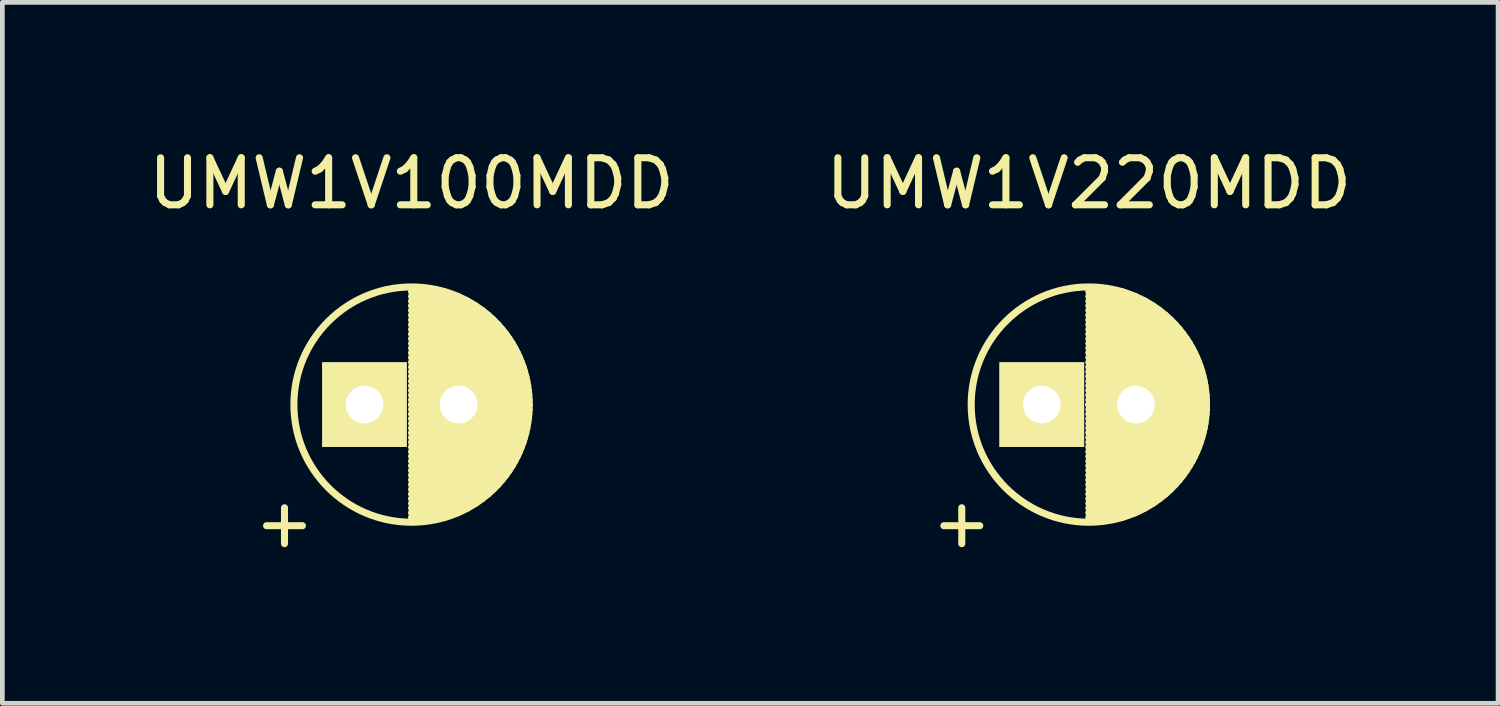
<source format=kicad_pcb>
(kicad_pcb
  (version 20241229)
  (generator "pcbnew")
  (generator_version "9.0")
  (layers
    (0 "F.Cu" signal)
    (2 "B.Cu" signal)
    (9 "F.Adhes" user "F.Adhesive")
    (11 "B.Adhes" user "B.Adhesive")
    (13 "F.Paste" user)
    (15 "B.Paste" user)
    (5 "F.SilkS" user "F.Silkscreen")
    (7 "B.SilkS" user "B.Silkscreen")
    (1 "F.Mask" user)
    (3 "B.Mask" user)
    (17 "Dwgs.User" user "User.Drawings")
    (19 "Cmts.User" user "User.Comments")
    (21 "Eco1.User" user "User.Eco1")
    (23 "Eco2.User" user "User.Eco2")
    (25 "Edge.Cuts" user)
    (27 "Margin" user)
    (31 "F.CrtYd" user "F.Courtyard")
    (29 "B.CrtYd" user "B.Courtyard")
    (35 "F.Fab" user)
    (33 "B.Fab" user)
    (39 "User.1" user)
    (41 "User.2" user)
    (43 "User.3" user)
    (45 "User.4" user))
  (footprint "UMW1V220MDD"
    (layer "F.Cu")
    (at 19.089 5.548)
    (property "Reference" "UMW1V220MDD" (at 1 -4.7 0) (layer "F.SilkS") (effects (font (size 1 1) (thickness 0.15))))
    (attr through_hole)
    (fp_line (start 1 -2.4) (end 1.7 -2.4) (stroke (width 0.15) (type solid)) (layer "F.SilkS"))
    (fp_line (start 1 -2.3) (end 1.98 -2.3) (stroke (width 0.15) (type solid)) (layer "F.SilkS"))
    (fp_line (start 1 -2.2) (end 2.187 -2.2) (stroke (width 0.15) (type solid)) (layer "F.SilkS"))
    (fp_line (start 1 -2.1) (end 2.356 -2.1) (stroke (width 0.15) (type solid)) (layer "F.SilkS"))
    (fp_line (start 1 -2) (end 2.5 -2) (stroke (width 0.15) (type solid)) (layer "F.SilkS"))
    (fp_line (start 1 -1.9) (end 2.625 -1.9) (stroke (width 0.15) (type solid)) (layer "F.SilkS"))
    (fp_line (start 1 -1.8) (end 2.735 -1.8) (stroke (width 0.15) (type solid)) (layer "F.SilkS"))
    (fp_line (start 1 -1.7) (end 2.833 -1.7) (stroke (width 0.15) (type solid)) (layer "F.SilkS"))
    (fp_line (start 1 -1.6) (end 2.921 -1.6) (stroke (width 0.15) (type solid)) (layer "F.SilkS"))
    (fp_line (start 1 -1.5) (end 3 -1.5) (stroke (width 0.15) (type solid)) (layer "F.SilkS"))
    (fp_line (start 1 -1.4) (end 3.071 -1.4) (stroke (width 0.15) (type solid)) (layer "F.SilkS"))
    (fp_line (start 1 -1.3) (end 3.135 -1.3) (stroke (width 0.15) (type solid)) (layer "F.SilkS"))
    (fp_line (start 1 -1.2) (end 3.193 -1.2) (stroke (width 0.15) (type solid)) (layer "F.SilkS"))
    (fp_line (start 1 -1.1) (end 3.245 -1.1) (stroke (width 0.15) (type solid)) (layer "F.SilkS"))
    (fp_line (start 1 -1) (end 3.291 -1) (stroke (width 0.15) (type solid)) (layer "F.SilkS"))
    (fp_line (start 1 -0.9) (end 3.332 -0.9) (stroke (width 0.15) (type solid)) (layer "F.SilkS"))
    (fp_line (start 1 -0.8) (end 3.369 -0.8) (stroke (width 0.15) (type solid)) (layer "F.SilkS"))
    (fp_line (start 1 -0.7) (end 3.4 -0.7) (stroke (width 0.15) (type solid)) (layer "F.SilkS"))
    (fp_line (start 1 -0.6) (end 3.427 -0.6) (stroke (width 0.15) (type solid)) (layer "F.SilkS"))
    (fp_line (start 1 -0.5) (end 3.449 -0.5) (stroke (width 0.15) (type solid)) (layer "F.SilkS"))
    (fp_line (start 1 -0.4) (end 3.468 -0.4) (stroke (width 0.15) (type solid)) (layer "F.SilkS"))
    (fp_line (start 1 -0.3) (end 3.482 -0.3) (stroke (width 0.15) (type solid)) (layer "F.SilkS"))
    (fp_line (start 1 -0.2) (end 3.492 -0.2) (stroke (width 0.15) (type solid)) (layer "F.SilkS"))
    (fp_line (start 1 -0.1) (end 3.498 -0.1) (stroke (width 0.15) (type solid)) (layer "F.SilkS"))
    (fp_line (start 1 0) (end 3.5 0) (stroke (width 0.15) (type solid)) (layer "F.SilkS"))
    (fp_line (start 1 0) (end 3.5 0) (stroke (width 0.15) (type solid)) (layer "F.SilkS"))
    (fp_line (start 1 0.1) (end 3.498 0.1) (stroke (width 0.15) (type solid)) (layer "F.SilkS"))
    (fp_line (start 1 0.2) (end 3.492 0.2) (stroke (width 0.15) (type solid)) (layer "F.SilkS"))
    (fp_line (start 1 0.3) (end 3.482 0.3) (stroke (width 0.15) (type solid)) (layer "F.SilkS"))
    (fp_line (start 1 0.4) (end 3.468 0.4) (stroke (width 0.15) (type solid)) (layer "F.SilkS"))
    (fp_line (start 1 0.5) (end 3.449 0.5) (stroke (width 0.15) (type solid)) (layer "F.SilkS"))
    (fp_line (start 1 0.6) (end 3.427 0.6) (stroke (width 0.15) (type solid)) (layer "F.SilkS"))
    (fp_line (start 1 0.7) (end 3.4 0.7) (stroke (width 0.15) (type solid)) (layer "F.SilkS"))
    (fp_line (start 1 0.8) (end 3.369 0.8) (stroke (width 0.15) (type solid)) (layer "F.SilkS"))
    (fp_line (start 1 0.9) (end 3.332 0.9) (stroke (width 0.15) (type solid)) (layer "F.SilkS"))
    (fp_line (start 1 1) (end 3.291 1) (stroke (width 0.15) (type solid)) (layer "F.SilkS"))
    (fp_line (start 1 1.1) (end 3.245 1.1) (stroke (width 0.15) (type solid)) (layer "F.SilkS"))
    (fp_line (start 1 1.2) (end 3.193 1.2) (stroke (width 0.15) (type solid)) (layer "F.SilkS"))
    (fp_line (start 1 1.3) (end 3.135 1.3) (stroke (width 0.15) (type solid)) (layer "F.SilkS"))
    (fp_line (start 1 1.4) (end 3.071 1.4) (stroke (width 0.15) (type solid)) (layer "F.SilkS"))
    (fp_line (start 1 1.5) (end 3 1.5) (stroke (width 0.15) (type solid)) (layer "F.SilkS"))
    (fp_line (start 1 1.6) (end 2.921 1.6) (stroke (width 0.15) (type solid)) (layer "F.SilkS"))
    (fp_line (start 1 1.7) (end 2.833 1.7) (stroke (width 0.15) (type solid)) (layer "F.SilkS"))
    (fp_line (start 1 1.8) (end 2.735 1.8) (stroke (width 0.15) (type solid)) (layer "F.SilkS"))
    (fp_line (start 1 1.9) (end 2.625 1.9) (stroke (width 0.15) (type solid)) (layer "F.SilkS"))
    (fp_line (start 1 2) (end 2.5 2) (stroke (width 0.15) (type solid)) (layer "F.SilkS"))
    (fp_line (start 1 2.1) (end 2.356 2.1) (stroke (width 0.15) (type solid)) (layer "F.SilkS"))
    (fp_line (start 1 2.2) (end 2.187 2.2) (stroke (width 0.15) (type solid)) (layer "F.SilkS"))
    (fp_line (start 1 2.3) (end 1.98 2.3) (stroke (width 0.15) (type solid)) (layer "F.SilkS"))
    (fp_line (start 1 2.4) (end 1.7 2.4) (stroke (width 0.15) (type solid)) (layer "F.SilkS"))
    (fp_circle (center 1 0) (end 1 -2.5) (stroke (width 0.15) (type solid)) (fill no) (layer "F.SilkS"))
    (fp_text user "+" (at -1.7 2.5 0) (layer "F.SilkS") (effects (font (size 1 1) (thickness 0.15))))
    (pad "1" thru_hole rect (at 0 0) (size 1.8 1.8) (drill 0.8) (layers "*.Cu" "*.Mask" "F.SilkS"))
    (pad "2" thru_hole circle (at 2 0) (size 1.8 1.8) (drill 0.8) (layers "*.Cu" "*.Mask" "F.SilkS")))
  (footprint "UMW1V100MDD"
    (layer "F.Cu")
    (at 4.696 5.548)
    (property "Reference" "UMW1V100MDD" (at 1 -4.7 0) (layer "F.SilkS") (effects (font (size 1 1) (thickness 0.15))))
    (attr through_hole)
    (fp_line (start 1 -2.4) (end 1.7 -2.4) (stroke (width 0.15) (type solid)) (layer "F.SilkS"))
    (fp_line (start 1 -2.3) (end 1.98 -2.3) (stroke (width 0.15) (type solid)) (layer "F.SilkS"))
    (fp_line (start 1 -2.2) (end 2.187 -2.2) (stroke (width 0.15) (type solid)) (layer "F.SilkS"))
    (fp_line (start 1 -2.1) (end 2.356 -2.1) (stroke (width 0.15) (type solid)) (layer "F.SilkS"))
    (fp_line (start 1 -2) (end 2.5 -2) (stroke (width 0.15) (type solid)) (layer "F.SilkS"))
    (fp_line (start 1 -1.9) (end 2.625 -1.9) (stroke (width 0.15) (type solid)) (layer "F.SilkS"))
    (fp_line (start 1 -1.8) (end 2.735 -1.8) (stroke (width 0.15) (type solid)) (layer "F.SilkS"))
    (fp_line (start 1 -1.7) (end 2.833 -1.7) (stroke (width 0.15) (type solid)) (layer "F.SilkS"))
    (fp_line (start 1 -1.6) (end 2.921 -1.6) (stroke (width 0.15) (type solid)) (layer "F.SilkS"))
    (fp_line (start 1 -1.5) (end 3 -1.5) (stroke (width 0.15) (type solid)) (layer "F.SilkS"))
    (fp_line (start 1 -1.4) (end 3.071 -1.4) (stroke (width 0.15) (type solid)) (layer "F.SilkS"))
    (fp_line (start 1 -1.3) (end 3.135 -1.3) (stroke (width 0.15) (type solid)) (layer "F.SilkS"))
    (fp_line (start 1 -1.2) (end 3.193 -1.2) (stroke (width 0.15) (type solid)) (layer "F.SilkS"))
    (fp_line (start 1 -1.1) (end 3.245 -1.1) (stroke (width 0.15) (type solid)) (layer "F.SilkS"))
    (fp_line (start 1 -1) (end 3.291 -1) (stroke (width 0.15) (type solid)) (layer "F.SilkS"))
    (fp_line (start 1 -0.9) (end 3.332 -0.9) (stroke (width 0.15) (type solid)) (layer "F.SilkS"))
    (fp_line (start 1 -0.8) (end 3.369 -0.8) (stroke (width 0.15) (type solid)) (layer "F.SilkS"))
    (fp_line (start 1 -0.7) (end 3.4 -0.7) (stroke (width 0.15) (type solid)) (layer "F.SilkS"))
    (fp_line (start 1 -0.6) (end 3.427 -0.6) (stroke (width 0.15) (type solid)) (layer "F.SilkS"))
    (fp_line (start 1 -0.5) (end 3.449 -0.5) (stroke (width 0.15) (type solid)) (layer "F.SilkS"))
    (fp_line (start 1 -0.4) (end 3.468 -0.4) (stroke (width 0.15) (type solid)) (layer "F.SilkS"))
    (fp_line (start 1 -0.3) (end 3.482 -0.3) (stroke (width 0.15) (type solid)) (layer "F.SilkS"))
    (fp_line (start 1 -0.2) (end 3.492 -0.2) (stroke (width 0.15) (type solid)) (layer "F.SilkS"))
    (fp_line (start 1 -0.1) (end 3.498 -0.1) (stroke (width 0.15) (type solid)) (layer "F.SilkS"))
    (fp_line (start 1 0) (end 3.5 0) (stroke (width 0.15) (type solid)) (layer "F.SilkS"))
    (fp_line (start 1 0) (end 3.5 0) (stroke (width 0.15) (type solid)) (layer "F.SilkS"))
    (fp_line (start 1 0.1) (end 3.498 0.1) (stroke (width 0.15) (type solid)) (layer "F.SilkS"))
    (fp_line (start 1 0.2) (end 3.492 0.2) (stroke (width 0.15) (type solid)) (layer "F.SilkS"))
    (fp_line (start 1 0.3) (end 3.482 0.3) (stroke (width 0.15) (type solid)) (layer "F.SilkS"))
    (fp_line (start 1 0.4) (end 3.468 0.4) (stroke (width 0.15) (type solid)) (layer "F.SilkS"))
    (fp_line (start 1 0.5) (end 3.449 0.5) (stroke (width 0.15) (type solid)) (layer "F.SilkS"))
    (fp_line (start 1 0.6) (end 3.427 0.6) (stroke (width 0.15) (type solid)) (layer "F.SilkS"))
    (fp_line (start 1 0.7) (end 3.4 0.7) (stroke (width 0.15) (type solid)) (layer "F.SilkS"))
    (fp_line (start 1 0.8) (end 3.369 0.8) (stroke (width 0.15) (type solid)) (layer "F.SilkS"))
    (fp_line (start 1 0.9) (end 3.332 0.9) (stroke (width 0.15) (type solid)) (layer "F.SilkS"))
    (fp_line (start 1 1) (end 3.291 1) (stroke (width 0.15) (type solid)) (layer "F.SilkS"))
    (fp_line (start 1 1.1) (end 3.245 1.1) (stroke (width 0.15) (type solid)) (layer "F.SilkS"))
    (fp_line (start 1 1.2) (end 3.193 1.2) (stroke (width 0.15) (type solid)) (layer "F.SilkS"))
    (fp_line (start 1 1.3) (end 3.135 1.3) (stroke (width 0.15) (type solid)) (layer "F.SilkS"))
    (fp_line (start 1 1.4) (end 3.071 1.4) (stroke (width 0.15) (type solid)) (layer "F.SilkS"))
    (fp_line (start 1 1.5) (end 3 1.5) (stroke (width 0.15) (type solid)) (layer "F.SilkS"))
    (fp_line (start 1 1.6) (end 2.921 1.6) (stroke (width 0.15) (type solid)) (layer "F.SilkS"))
    (fp_line (start 1 1.7) (end 2.833 1.7) (stroke (width 0.15) (type solid)) (layer "F.SilkS"))
    (fp_line (start 1 1.8) (end 2.735 1.8) (stroke (width 0.15) (type solid)) (layer "F.SilkS"))
    (fp_line (start 1 1.9) (end 2.625 1.9) (stroke (width 0.15) (type solid)) (layer "F.SilkS"))
    (fp_line (start 1 2) (end 2.5 2) (stroke (width 0.15) (type solid)) (layer "F.SilkS"))
    (fp_line (start 1 2.1) (end 2.356 2.1) (stroke (width 0.15) (type solid)) (layer "F.SilkS"))
    (fp_line (start 1 2.2) (end 2.187 2.2) (stroke (width 0.15) (type solid)) (layer "F.SilkS"))
    (fp_line (start 1 2.3) (end 1.98 2.3) (stroke (width 0.15) (type solid)) (layer "F.SilkS"))
    (fp_line (start 1 2.4) (end 1.7 2.4) (stroke (width 0.15) (type solid)) (layer "F.SilkS"))
    (fp_circle (center 1 0) (end 1 -2.5) (stroke (width 0.15) (type solid)) (fill no) (layer "F.SilkS"))
    (fp_text user "+" (at -1.7 2.5 0) (layer "F.SilkS") (effects (font (size 1 1) (thickness 0.15))))
    (pad "1" thru_hole rect (at 0 0) (size 1.8 1.8) (drill 0.8) (layers "*.Cu" "*.Mask" "F.SilkS"))
    (pad "2" thru_hole circle (at 2 0) (size 1.8 1.8) (drill 0.8) (layers "*.Cu" "*.Mask" "F.SilkS")))
  (gr_rect
    (start -3 -3)
    (end 28.786 11.896)
    (stroke (width 0.1) (type default))
    (fill no)
    (layer "Edge.Cuts")))
</source>
